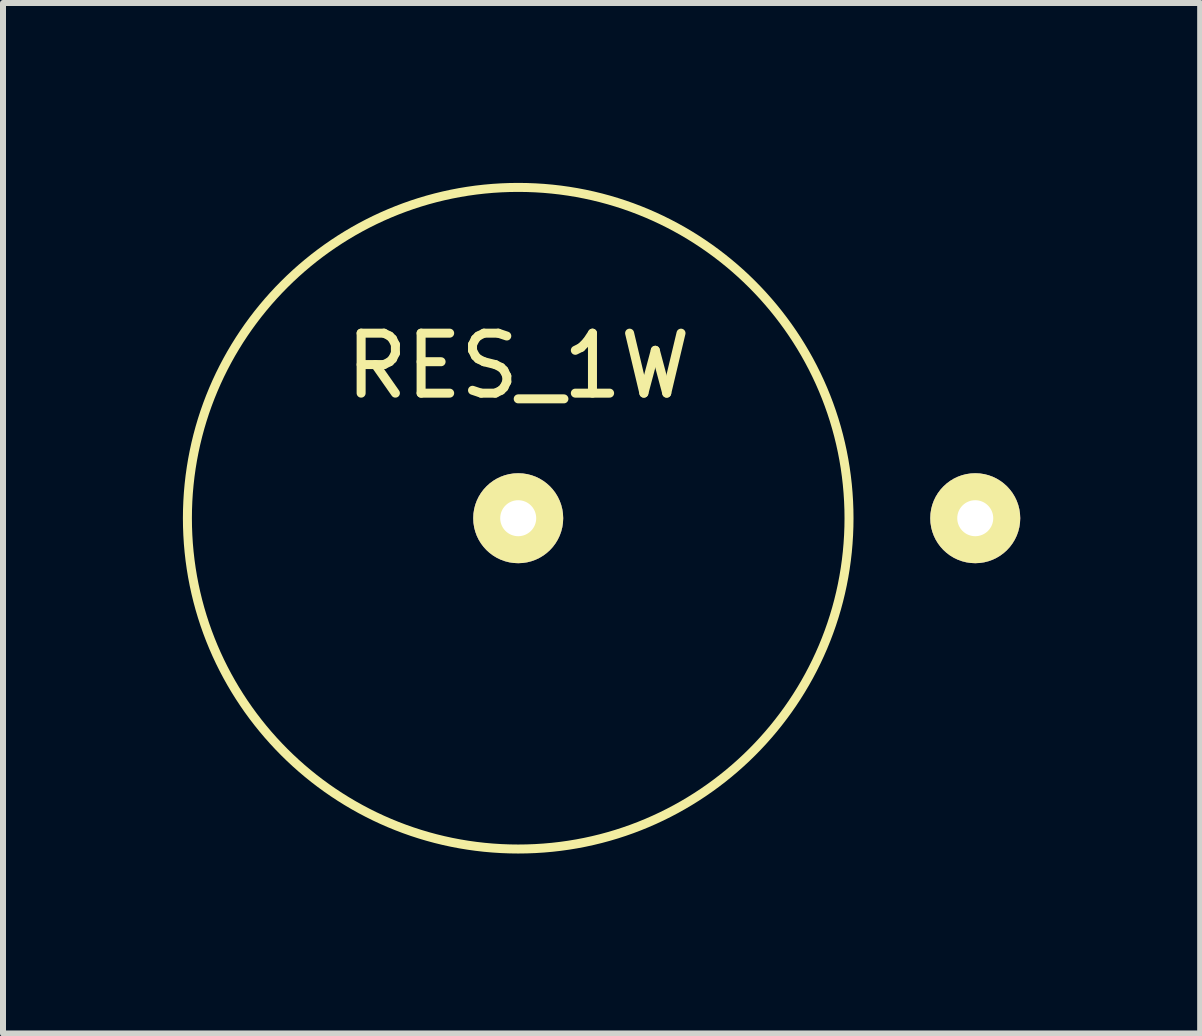
<source format=kicad_pcb>
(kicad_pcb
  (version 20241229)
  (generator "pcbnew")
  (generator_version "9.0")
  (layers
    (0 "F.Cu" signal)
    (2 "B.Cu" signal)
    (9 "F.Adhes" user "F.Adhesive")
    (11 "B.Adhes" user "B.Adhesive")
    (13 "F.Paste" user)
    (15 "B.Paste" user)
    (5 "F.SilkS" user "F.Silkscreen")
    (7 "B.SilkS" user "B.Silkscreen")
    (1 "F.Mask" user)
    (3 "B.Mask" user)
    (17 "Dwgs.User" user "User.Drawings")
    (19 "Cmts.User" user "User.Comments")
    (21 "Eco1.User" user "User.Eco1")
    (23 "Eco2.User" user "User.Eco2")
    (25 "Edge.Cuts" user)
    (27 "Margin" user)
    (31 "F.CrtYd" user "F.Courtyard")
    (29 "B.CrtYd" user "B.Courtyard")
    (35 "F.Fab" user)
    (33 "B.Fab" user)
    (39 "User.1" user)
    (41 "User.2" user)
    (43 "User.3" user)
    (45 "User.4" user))
  (footprint "RES_1W"
    (layer "F.Cu")
    (at 5.59 5.59)
    (property "Reference" "RES_1W" (at 0 -2.54 0) (layer "F.SilkS") (effects (font (size 1 1) (thickness 0.15))))
    (attr through_hole)
    (fp_circle (center 0 0) (end 3.9 3.9) (stroke (width 0.15) (type solid)) (fill no) (layer "F.SilkS"))
    (pad "1" thru_hole circle (at 0 0) (size 1.5 1.5) (drill 0.6) (layers "*.Cu" "*.Mask" "F.SilkS"))
    (pad "2" thru_hole circle (at 7.62 0) (size 1.5 1.5) (drill 0.6) (layers "*.Cu" "*.Mask" "F.SilkS")))
  (gr_rect
    (start -3 -3)
    (end 16.96 14.181)
    (stroke (width 0.1) (type default))
    (fill no)
    (layer "Edge.Cuts")))
</source>
